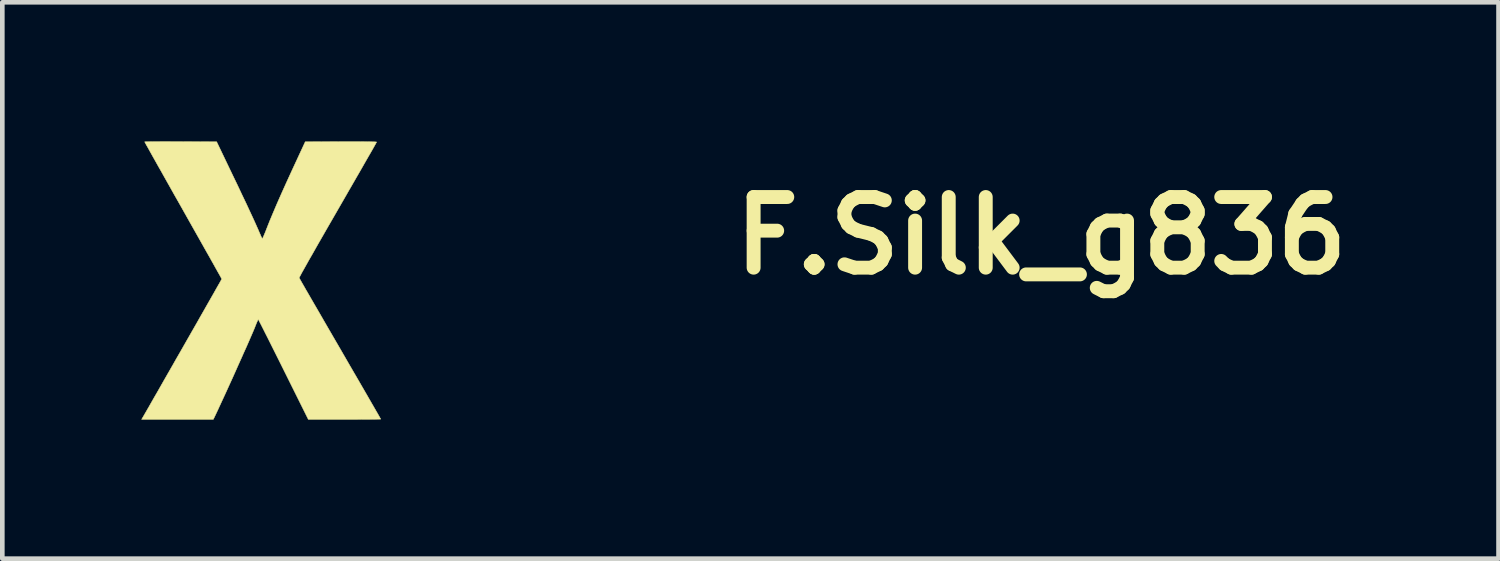
<source format=kicad_pcb>
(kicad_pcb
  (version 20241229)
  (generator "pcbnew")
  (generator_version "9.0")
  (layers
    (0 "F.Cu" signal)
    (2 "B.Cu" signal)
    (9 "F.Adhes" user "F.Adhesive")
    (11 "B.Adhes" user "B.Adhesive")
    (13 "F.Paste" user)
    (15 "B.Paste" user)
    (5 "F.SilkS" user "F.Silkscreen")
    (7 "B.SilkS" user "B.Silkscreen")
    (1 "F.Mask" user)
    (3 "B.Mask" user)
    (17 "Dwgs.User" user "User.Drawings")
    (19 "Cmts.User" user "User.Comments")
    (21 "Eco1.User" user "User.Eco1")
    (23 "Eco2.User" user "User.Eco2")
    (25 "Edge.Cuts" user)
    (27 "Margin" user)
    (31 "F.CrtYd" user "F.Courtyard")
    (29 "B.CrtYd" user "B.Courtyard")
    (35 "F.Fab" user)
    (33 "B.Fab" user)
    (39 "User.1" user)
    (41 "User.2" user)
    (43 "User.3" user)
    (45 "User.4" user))
  (footprint "F.Silk_g836"
    (layer "F.Cu")
    (at 19.413 2.035)
    (property "Reference" "F.Silk_g836" (at 0 0 0) (layer "F.SilkS") (effects (font (size 1.524 1.524) (thickness 0.3))))
    (attr through_hole)
    (fp_poly (pts (xy -18.715 -2.029) (xy -18.578 -2.029) (xy -18.566 -2.029) (xy -17.789 -2.026) (xy -17.454 -1.327) (xy -17.342 -1.095) (xy -17.243 -0.885) (xy -17.153 -0.697) (xy -17.075 -0.529) (xy -17.006 -0.381) (xy -16.948 -0.253) (xy -16.899 -0.143) (xy -16.86 -0.052) (xy -16.852 -0.035) (xy -16.833 0.01) (xy -16.816 0.044) (xy -16.805 0.062) (xy -16.803 0.064) (xy -16.796 0.052) (xy -16.781 0.021) (xy -16.761 -0.026) (xy -16.736 -0.086) (xy -16.714 -0.143) (xy -16.648 -0.31) (xy -16.573 -0.489) (xy -16.491 -0.682) (xy -16.399 -0.891) (xy -16.297 -1.118) (xy -16.184 -1.365) (xy -16.131 -1.48) (xy -15.878 -2.026) (xy -15.108 -2.029) (xy -14.964 -2.029) (xy -14.83 -2.029) (xy -14.708 -2.029) (xy -14.6 -2.028) (xy -14.508 -2.027) (xy -14.434 -2.026) (xy -14.38 -2.025) (xy -14.347 -2.023) (xy -14.338 -2.021) (xy -14.345 -2.009) (xy -14.363 -1.976) (xy -14.392 -1.924) (xy -14.432 -1.853) (xy -14.482 -1.766) (xy -14.541 -1.664) (xy -14.608 -1.547) (xy -14.682 -1.417) (xy -14.764 -1.275) (xy -14.851 -1.124) (xy -14.944 -0.963) (xy -15.041 -0.794) (xy -15.142 -0.619) (xy -15.177 -0.558) (xy -15.279 -0.381) (xy -15.378 -0.21) (xy -15.472 -0.046) (xy -15.561 0.109) (xy -15.644 0.254) (xy -15.72 0.389) (xy -15.79 0.51) (xy -15.851 0.619) (xy -15.903 0.712) (xy -15.946 0.788) (xy -15.978 0.848) (xy -15.999 0.888) (xy -16.009 0.908) (xy -16.01 0.91) (xy -16.002 0.922) (xy -15.983 0.956) (xy -15.953 1.009) (xy -15.912 1.08) (xy -15.862 1.168) (xy -15.802 1.271) (xy -15.734 1.389) (xy -15.658 1.52) (xy -15.575 1.663) (xy -15.487 1.816) (xy -15.393 1.978) (xy -15.294 2.149) (xy -15.191 2.326) (xy -15.126 2.438) (xy -15.022 2.618) (xy -14.921 2.793) (xy -14.824 2.96) (xy -14.732 3.118) (xy -14.646 3.267) (xy -14.566 3.405) (xy -14.494 3.53) (xy -14.43 3.641) (xy -14.374 3.738) (xy -14.327 3.819) (xy -14.291 3.882) (xy -14.266 3.927) (xy -14.252 3.951) (xy -14.249 3.956) (xy -14.262 3.957) (xy -14.297 3.958) (xy -14.354 3.959) (xy -14.429 3.96) (xy -14.522 3.961) (xy -14.629 3.961) (xy -14.748 3.962) (xy -14.877 3.962) (xy -15.015 3.962) (xy -15.03 3.962) (xy -15.812 3.962) (xy -16.348 2.884) (xy -16.425 2.729) (xy -16.499 2.581) (xy -16.569 2.441) (xy -16.634 2.311) (xy -16.693 2.193) (xy -16.747 2.087) (xy -16.793 1.995) (xy -16.831 1.92) (xy -16.861 1.862) (xy -16.881 1.823) (xy -16.891 1.805) (xy -16.891 1.804) (xy -16.898 1.815) (xy -16.912 1.846) (xy -16.932 1.892) (xy -16.955 1.949) (xy -16.966 1.978) (xy -16.986 2.026) (xy -17.015 2.095) (xy -17.053 2.182) (xy -17.097 2.284) (xy -17.148 2.4) (xy -17.205 2.526) (xy -17.265 2.661) (xy -17.328 2.801) (xy -17.392 2.945) (xy -17.457 3.09) (xy -17.522 3.232) (xy -17.585 3.371) (xy -17.646 3.503) (xy -17.703 3.626) (xy -17.754 3.737) (xy -17.8 3.835) (xy -17.838 3.915) (xy -17.861 3.962) (xy -19.408 3.962) (xy -19.382 3.918) (xy -19.366 3.891) (xy -19.339 3.844) (xy -19.302 3.78) (xy -19.256 3.7) (xy -19.202 3.605) (xy -19.14 3.496) (xy -19.071 3.377) (xy -18.997 3.247) (xy -18.918 3.108) (xy -18.835 2.963) (xy -18.749 2.813) (xy -18.661 2.658) (xy -18.571 2.502) (xy -18.481 2.344) (xy -18.392 2.188) (xy -18.304 2.034) (xy -18.218 1.884) (xy -18.136 1.739) (xy -18.057 1.601) (xy -17.984 1.472) (xy -17.916 1.353) (xy -17.855 1.246) (xy -17.802 1.152) (xy -17.757 1.073) (xy -17.721 1.01) (xy -17.696 0.965) (xy -17.681 0.939) (xy -17.678 0.934) (xy -17.685 0.922) (xy -17.702 0.89) (xy -17.731 0.838) (xy -17.771 0.768) (xy -17.82 0.68) (xy -17.877 0.578) (xy -17.943 0.46) (xy -18.017 0.33) (xy -18.097 0.188) (xy -18.183 0.035) (xy -18.274 -0.126) (xy -18.37 -0.296) (xy -18.469 -0.472) (xy -18.51 -0.545) (xy -18.611 -0.724) (xy -18.709 -0.896) (xy -18.802 -1.062) (xy -18.89 -1.218) (xy -18.972 -1.365) (xy -19.049 -1.5) (xy -19.118 -1.623) (xy -19.179 -1.732) (xy -19.231 -1.825) (xy -19.274 -1.903) (xy -19.308 -1.962) (xy -19.33 -2.003) (xy -19.341 -2.023) (xy -19.342 -2.025) (xy -19.33 -2.026) (xy -19.294 -2.027) (xy -19.238 -2.028) (xy -19.162 -2.029) (xy -19.07 -2.029) (xy -18.963 -2.03) (xy -18.844 -2.03) (xy -18.715 -2.029)) (stroke (width 0.01) (type solid)) (fill yes) (layer "F.SilkS")))
  (gr_rect
    (start -3 -3)
    (end 29.278 9.002)
    (stroke (width 0.1) (type default))
    (fill no)
    (layer "Edge.Cuts")))
</source>
